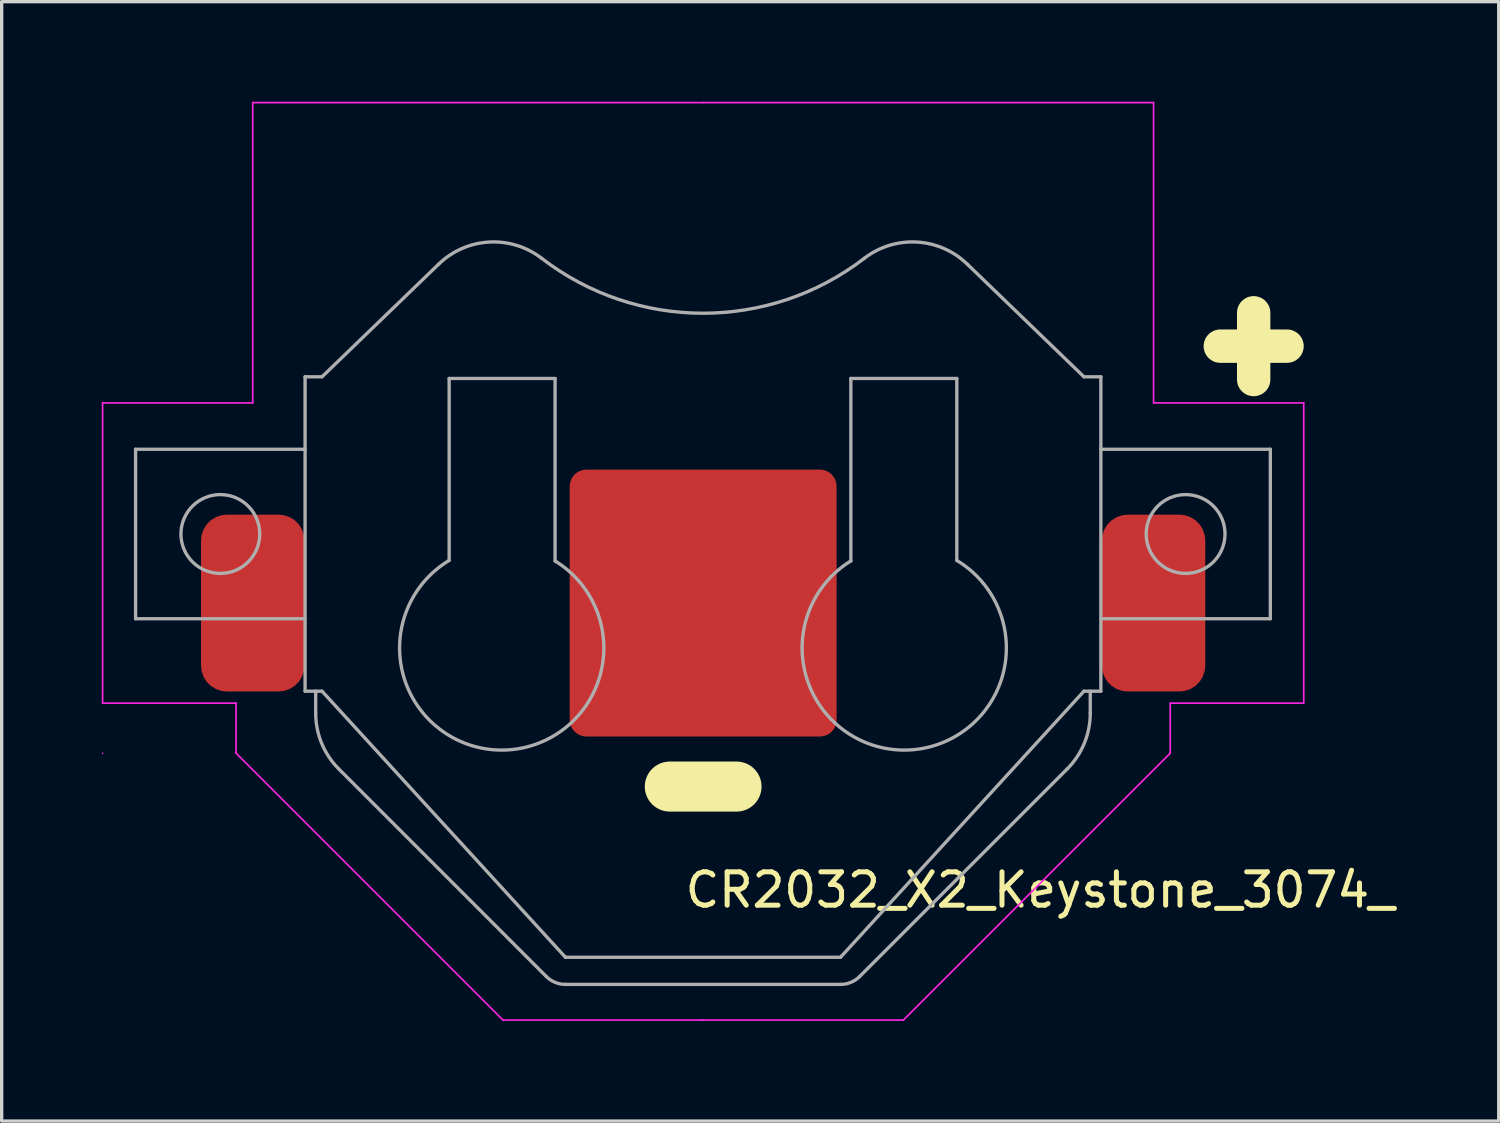
<source format=kicad_pcb>
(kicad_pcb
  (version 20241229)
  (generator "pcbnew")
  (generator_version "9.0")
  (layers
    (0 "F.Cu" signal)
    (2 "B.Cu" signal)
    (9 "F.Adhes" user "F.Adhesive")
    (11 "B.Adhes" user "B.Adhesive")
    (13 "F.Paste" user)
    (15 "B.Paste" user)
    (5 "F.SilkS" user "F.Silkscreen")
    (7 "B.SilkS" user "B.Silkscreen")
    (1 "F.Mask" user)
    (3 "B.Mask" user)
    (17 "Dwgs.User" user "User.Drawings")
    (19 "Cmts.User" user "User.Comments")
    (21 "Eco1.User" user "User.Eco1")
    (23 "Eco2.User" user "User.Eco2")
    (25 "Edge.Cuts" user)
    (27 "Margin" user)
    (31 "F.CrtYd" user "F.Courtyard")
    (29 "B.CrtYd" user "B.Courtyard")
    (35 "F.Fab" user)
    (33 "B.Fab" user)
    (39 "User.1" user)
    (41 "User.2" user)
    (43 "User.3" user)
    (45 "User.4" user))
  (footprint "CR2032_X2_Keystone_3074_"
    (layer "F.Cu")
    (at 18.025 15.025)
    (property "Reference" "CR2032_X2_Keystone_3074_" (at 10.1 8.6 0) (layer "F.SilkS") (effects (font (size 1 1) (thickness 0.15))))
    (attr through_hole)
    (fp_line (start -1 5.5) (end 1 5.5) (stroke (width 1.5) (type solid)) (layer "F.SilkS"))
    (fp_line (start 15.5 -7.7) (end 17.5 -7.7) (stroke (width 1) (type solid)) (layer "F.SilkS"))
    (fp_line (start 16.5 -6.7) (end 16.5 -8.7) (stroke (width 1) (type solid)) (layer "F.SilkS"))
    (fp_line (start -18 -6) (end -13.5 -6) (stroke (width 0.05) (type solid)) (layer "F.CrtYd"))
    (fp_line (start -18 3) (end -18 -6) (stroke (width 0.05) (type solid)) (layer "F.CrtYd"))
    (fp_line (start -18 4.5) (end -18 4.5) (stroke (width 0.05) (type solid)) (layer "F.CrtYd"))
    (fp_line (start -14 3) (end -18 3) (stroke (width 0.05) (type solid)) (layer "F.CrtYd"))
    (fp_line (start -14 4.5) (end -14 3) (stroke (width 0.05) (type solid)) (layer "F.CrtYd"))
    (fp_line (start -13.5 -15) (end 0 -15) (stroke (width 0.05) (type solid)) (layer "F.CrtYd"))
    (fp_line (start -13.5 -6) (end -13.5 -15) (stroke (width 0.05) (type solid)) (layer "F.CrtYd"))
    (fp_line (start -6 12.5) (end -14 4.5) (stroke (width 0.05) (type solid)) (layer "F.CrtYd"))
    (fp_line (start -6 12.5) (end 0 12.5) (stroke (width 0.05) (type solid)) (layer "F.CrtYd"))
    (fp_line (start 6 12.5) (end 0 12.5) (stroke (width 0.05) (type solid)) (layer "F.CrtYd"))
    (fp_line (start 6 12.5) (end 14 4.5) (stroke (width 0.05) (type solid)) (layer "F.CrtYd"))
    (fp_line (start 13.5 -15) (end 0 -15) (stroke (width 0.05) (type solid)) (layer "F.CrtYd"))
    (fp_line (start 13.5 -6) (end 13.5 -15) (stroke (width 0.05) (type solid)) (layer "F.CrtYd"))
    (fp_line (start 14 3) (end 18 3) (stroke (width 0.05) (type solid)) (layer "F.CrtYd"))
    (fp_line (start 14 4.5) (end 14 3) (stroke (width 0.05) (type solid)) (layer "F.CrtYd"))
    (fp_line (start 18 -6) (end 13.5 -6) (stroke (width 0.05) (type solid)) (layer "F.CrtYd"))
    (fp_line (start 18 3) (end 18 -6) (stroke (width 0.05) (type solid)) (layer "F.CrtYd"))
    (fp_line (start -17.011 -4.61) (end -11.931 -4.61) (stroke (width 0.1) (type solid)) (layer "F.Fab"))
    (fp_line (start -17.011 0.47) (end -17.011 -4.61) (stroke (width 0.1) (type solid)) (layer "F.Fab"))
    (fp_line (start -11.931 -6.782) (end -11.931 2.642) (stroke (width 0.1) (type solid)) (layer "F.Fab"))
    (fp_line (start -11.931 0.47) (end -17.011 0.47) (stroke (width 0.1) (type solid)) (layer "F.Fab"))
    (fp_line (start -11.931 2.642) (end -11.423 2.642) (stroke (width 0.1) (type solid)) (layer "F.Fab"))
    (fp_line (start -11.613 3.302) (end -11.613 2.642) (stroke (width 0.1) (type solid)) (layer "F.Fab"))
    (fp_line (start -11.423 -6.782) (end -11.931 -6.782) (stroke (width 0.1) (type solid)) (layer "F.Fab"))
    (fp_line (start -11.423 2.642) (end -4.127 10.617) (stroke (width 0.1) (type solid)) (layer "F.Fab"))
    (fp_line (start -7.924 -10.161) (end -11.423 -6.782) (stroke (width 0.1) (type solid)) (layer "F.Fab"))
    (fp_line (start -7.613 -6.731) (end -7.613 -1.278) (stroke (width 0.1) (type solid)) (layer "F.Fab"))
    (fp_line (start -4.702 11.192) (end -10.921 4.972) (stroke (width 0.1) (type solid)) (layer "F.Fab"))
    (fp_line (start -4.438 -6.731) (end -7.613 -6.731) (stroke (width 0.1) (type solid)) (layer "F.Fab"))
    (fp_line (start -4.438 -1.263) (end -4.438 -6.731) (stroke (width 0.1) (type solid)) (layer "F.Fab"))
    (fp_line (start -4.127 10.617) (end 4.116 10.617) (stroke (width 0.1) (type solid)) (layer "F.Fab"))
    (fp_line (start 4.116 11.43) (end -4.127 11.43) (stroke (width 0.1) (type solid)) (layer "F.Fab"))
    (fp_line (start 4.427 -6.731) (end 4.427 -1.263) (stroke (width 0.1) (type solid)) (layer "F.Fab"))
    (fp_line (start 7.602 -6.731) (end 4.427 -6.731) (stroke (width 0.1) (type solid)) (layer "F.Fab"))
    (fp_line (start 7.602 -1.278) (end 7.602 -6.731) (stroke (width 0.1) (type solid)) (layer "F.Fab"))
    (fp_line (start 7.913 -10.161) (end 11.412 -6.782) (stroke (width 0.1) (type solid)) (layer "F.Fab"))
    (fp_line (start 10.911 4.972) (end 4.691 11.192) (stroke (width 0.1) (type solid)) (layer "F.Fab"))
    (fp_line (start 11.412 -6.782) (end 11.92 -6.782) (stroke (width 0.1) (type solid)) (layer "F.Fab"))
    (fp_line (start 11.412 2.642) (end 4.116 10.617) (stroke (width 0.1) (type solid)) (layer "F.Fab"))
    (fp_line (start 11.602 3.302) (end 11.602 2.642) (stroke (width 0.1) (type solid)) (layer "F.Fab"))
    (fp_line (start 11.92 -6.782) (end 11.92 2.642) (stroke (width 0.1) (type solid)) (layer "F.Fab"))
    (fp_line (start 11.92 0.47) (end 17 0.47) (stroke (width 0.1) (type solid)) (layer "F.Fab"))
    (fp_line (start 11.92 2.642) (end 11.412 2.642) (stroke (width 0.1) (type solid)) (layer "F.Fab"))
    (fp_line (start 17 -4.61) (end 11.92 -4.61) (stroke (width 0.1) (type solid)) (layer "F.Fab"))
    (fp_line (start 17 0.47) (end 17 -4.61) (stroke (width 0.1) (type solid)) (layer "F.Fab"))
    (fp_arc (start -10.921228 4.972428) (mid -11.433288 4.206075) (end -11.6131 3.3021) (stroke (width 0.1) (type solid)) (layer "F.Fab"))
    (fp_arc (start -7.923587 -10.160937) (mid -6.414399 -10.8203) (end -4.841142 -10.333197) (stroke (width 0.1) (type solid)) (layer "F.Fab"))
    (fp_arc (start -4.4376 -1.26277) (mid -6.052654 4.406964) (end -7.6126 -1.278179) (stroke (width 0.1) (type solid)) (layer "F.Fab"))
    (fp_arc (start -4.126882 11.4301) (mid -4.437927 11.368229) (end -4.701619 11.192036) (stroke (width 0.1) (type solid)) (layer "F.Fab"))
    (fp_arc (start 4.691019 11.192036) (mid 4.427326 11.368223) (end 4.116282 11.4301) (stroke (width 0.1) (type solid)) (layer "F.Fab"))
    (fp_arc (start 4.830542 -10.333197) (mid -0.0053 -8.6867) (end -4.841142 -10.333197) (stroke (width 0.1) (type solid)) (layer "F.Fab"))
    (fp_arc (start 4.830542 -10.333197) (mid 6.403801 -10.820303) (end 7.912987 -10.160937) (stroke (width 0.1) (type solid)) (layer "F.Fab"))
    (fp_arc (start 7.602 -1.278179) (mid 6.042054 4.406964) (end 4.427 -1.26277) (stroke (width 0.1) (type solid)) (layer "F.Fab"))
    (fp_arc (start 11.6025 3.3021) (mid 11.422688 4.206075) (end 10.910628 4.972428) (stroke (width 0.1) (type solid)) (layer "F.Fab"))
    (fp_circle (center -14.471 -2.07) (end -13.29 -2.07) (stroke (width 0.1) (type solid)) (fill no) (layer "F.Fab"))
    (fp_circle (center 14.46 -2.07) (end 15.641 -2.07) (stroke (width 0.1) (type solid)) (fill no) (layer "F.Fab"))
    (pad "1" smd roundrect (at -13.5 0) (size 3.1 5.3) (layers "F.Cu" "F.Mask" "F.Paste") (roundrect_rratio 0.25))
    (pad "1" smd roundrect (at 13.5 0) (size 3.1 5.3) (layers "F.Cu" "F.Mask" "F.Paste") (roundrect_rratio 0.25))
    (pad "2" smd roundrect (at 0 0) (size 8 8) (layers "F.Cu" "F.Mask") (roundrect_rratio 0.062)))
  (gr_rect
    (start -3 -3)
    (end 41.869 30.55)
    (stroke (width 0.1) (type default))
    (fill no)
    (layer "Edge.Cuts")))
</source>
